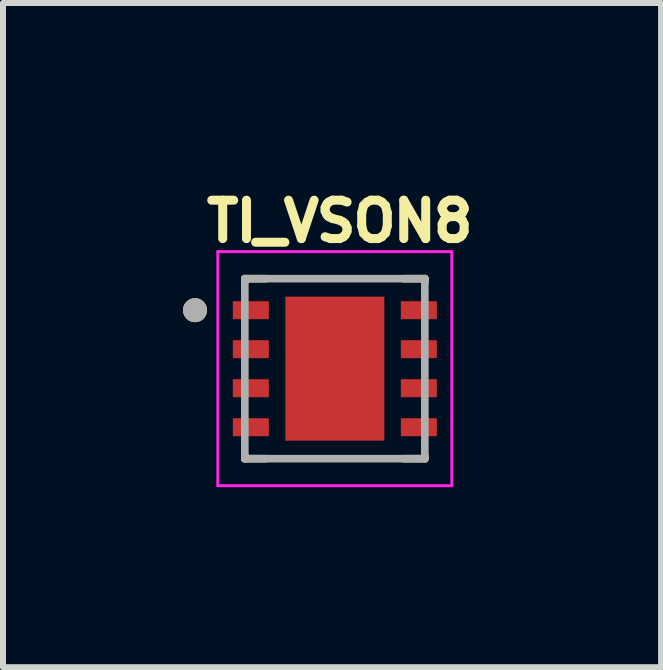
<source format=kicad_pcb>
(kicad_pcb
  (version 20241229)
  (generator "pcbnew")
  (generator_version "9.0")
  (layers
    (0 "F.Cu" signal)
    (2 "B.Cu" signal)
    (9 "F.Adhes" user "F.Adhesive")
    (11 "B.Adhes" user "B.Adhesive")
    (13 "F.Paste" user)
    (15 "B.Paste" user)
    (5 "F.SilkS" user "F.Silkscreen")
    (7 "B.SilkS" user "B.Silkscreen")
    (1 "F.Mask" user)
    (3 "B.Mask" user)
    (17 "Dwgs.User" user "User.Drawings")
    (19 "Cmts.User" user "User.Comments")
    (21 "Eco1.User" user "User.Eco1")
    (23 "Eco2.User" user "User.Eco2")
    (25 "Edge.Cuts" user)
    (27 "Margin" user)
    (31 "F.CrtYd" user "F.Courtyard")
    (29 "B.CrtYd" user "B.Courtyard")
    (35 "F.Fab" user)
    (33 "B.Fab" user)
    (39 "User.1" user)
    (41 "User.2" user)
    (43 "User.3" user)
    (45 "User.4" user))
  (footprint "TI_VSON8"
    (layer "F.Cu")
    (at 2.53 3.094)
    (property "Reference" "TI_VSON8" (at 0.082 -2.456 0) (layer "F.SilkS") (effects (font (size 0.64 0.64) (thickness 0.15))))
    (attr through_hole)
    (fp_line (start -1.5 -1.5) (end -1.5 -1.445) (stroke (width 0.127) (type solid)) (layer "F.SilkS"))
    (fp_line (start -1.5 -1.5) (end -1.145 -1.5) (stroke (width 0.127) (type solid)) (layer "F.SilkS"))
    (fp_line (start -1.5 1.5) (end -1.5 1.445) (stroke (width 0.127) (type solid)) (layer "F.SilkS"))
    (fp_line (start -1.5 1.5) (end -1.145 1.5) (stroke (width 0.127) (type solid)) (layer "F.SilkS"))
    (fp_line (start 1.145 -1.5) (end 1.5 -1.5) (stroke (width 0.127) (type solid)) (layer "F.SilkS"))
    (fp_line (start 1.145 1.5) (end 1.5 1.5) (stroke (width 0.127) (type solid)) (layer "F.SilkS"))
    (fp_line (start 1.5 -1.5) (end 1.5 -1.445) (stroke (width 0.127) (type solid)) (layer "F.SilkS"))
    (fp_line (start 1.5 1.5) (end 1.5 1.445) (stroke (width 0.127) (type solid)) (layer "F.SilkS"))
    (fp_circle (center -2.33 -0.975) (end -2.23 -0.975) (stroke (width 0.2) (type solid)) (fill no) (layer "F.SilkS"))
    (fp_poly (pts (xy -0.735 -1.16) (xy 0.735 -1.16) (xy 0.735 -0.1) (xy -0.735 -0.1)) (stroke (width 0.01) (type solid)) (fill yes) (layer "F.Paste"))
    (fp_poly (pts (xy -0.735 0.1) (xy 0.735 0.1) (xy 0.735 1.16) (xy -0.735 1.16)) (stroke (width 0.01) (type solid)) (fill yes) (layer "F.Paste"))
    (fp_line (start -1.95 -1.95) (end -1.95 1.95) (stroke (width 0.05) (type solid)) (layer "F.CrtYd"))
    (fp_line (start -1.95 -1.95) (end 1.95 -1.95) (stroke (width 0.05) (type solid)) (layer "F.CrtYd"))
    (fp_line (start -1.95 1.95) (end 1.95 1.95) (stroke (width 0.05) (type solid)) (layer "F.CrtYd"))
    (fp_line (start 1.95 -1.95) (end 1.95 1.95) (stroke (width 0.05) (type solid)) (layer "F.CrtYd"))
    (fp_line (start -1.5 -1.5) (end -1.5 1.5) (stroke (width 0.127) (type solid)) (layer "F.Fab"))
    (fp_line (start -1.5 -1.5) (end 1.5 -1.5) (stroke (width 0.127) (type solid)) (layer "F.Fab"))
    (fp_line (start -1.5 1.5) (end 1.5 1.5) (stroke (width 0.127) (type solid)) (layer "F.Fab"))
    (fp_line (start 1.5 -1.5) (end 1.5 1.5) (stroke (width 0.127) (type solid)) (layer "F.Fab"))
    (fp_circle (center -2.33 -0.975) (end -2.23 -0.975) (stroke (width 0.2) (type solid)) (fill no) (layer "F.Fab"))
    (pad "1" smd roundrect (at -1.4 -0.975) (size 0.6 0.3) (layers "F.Cu" "F.Mask" "F.Paste") (roundrect_rratio 0.04))
    (pad "2" smd roundrect (at -1.4 -0.325) (size 0.6 0.3) (layers "F.Cu" "F.Mask" "F.Paste") (roundrect_rratio 0.04))
    (pad "3" smd roundrect (at -1.4 0.325) (size 0.6 0.3) (layers "F.Cu" "F.Mask" "F.Paste") (roundrect_rratio 0.04))
    (pad "4" smd roundrect (at -1.4 0.975) (size 0.6 0.3) (layers "F.Cu" "F.Mask" "F.Paste") (roundrect_rratio 0.04))
    (pad "5" smd roundrect (at 1.4 0.975) (size 0.6 0.3) (layers "F.Cu" "F.Mask" "F.Paste") (roundrect_rratio 0.04))
    (pad "6" smd roundrect (at 1.4 0.325) (size 0.6 0.3) (layers "F.Cu" "F.Mask" "F.Paste") (roundrect_rratio 0.04))
    (pad "7" smd roundrect (at 1.4 -0.325) (size 0.6 0.3) (layers "F.Cu" "F.Mask" "F.Paste") (roundrect_rratio 0.04))
    (pad "8" smd roundrect (at 1.4 -0.975) (size 0.6 0.3) (layers "F.Cu" "F.Mask" "F.Paste") (roundrect_rratio 0.04))
    (pad "9" smd custom (at 0 0) (size 1.65 2.4) (layers "F.Cu" "F.Mask") (options (anchor rect)) (primitives (gr_poly (pts (xy 0.21 0.875) (xy -0.21 0.875) (xy -0.44 0.875)) (width 0.01) (fill yes)))))
  (gr_rect
    (start -3 -3)
    (end 7.967 8.069)
    (stroke (width 0.1) (type default))
    (fill no)
    (layer "Edge.Cuts")))
</source>
